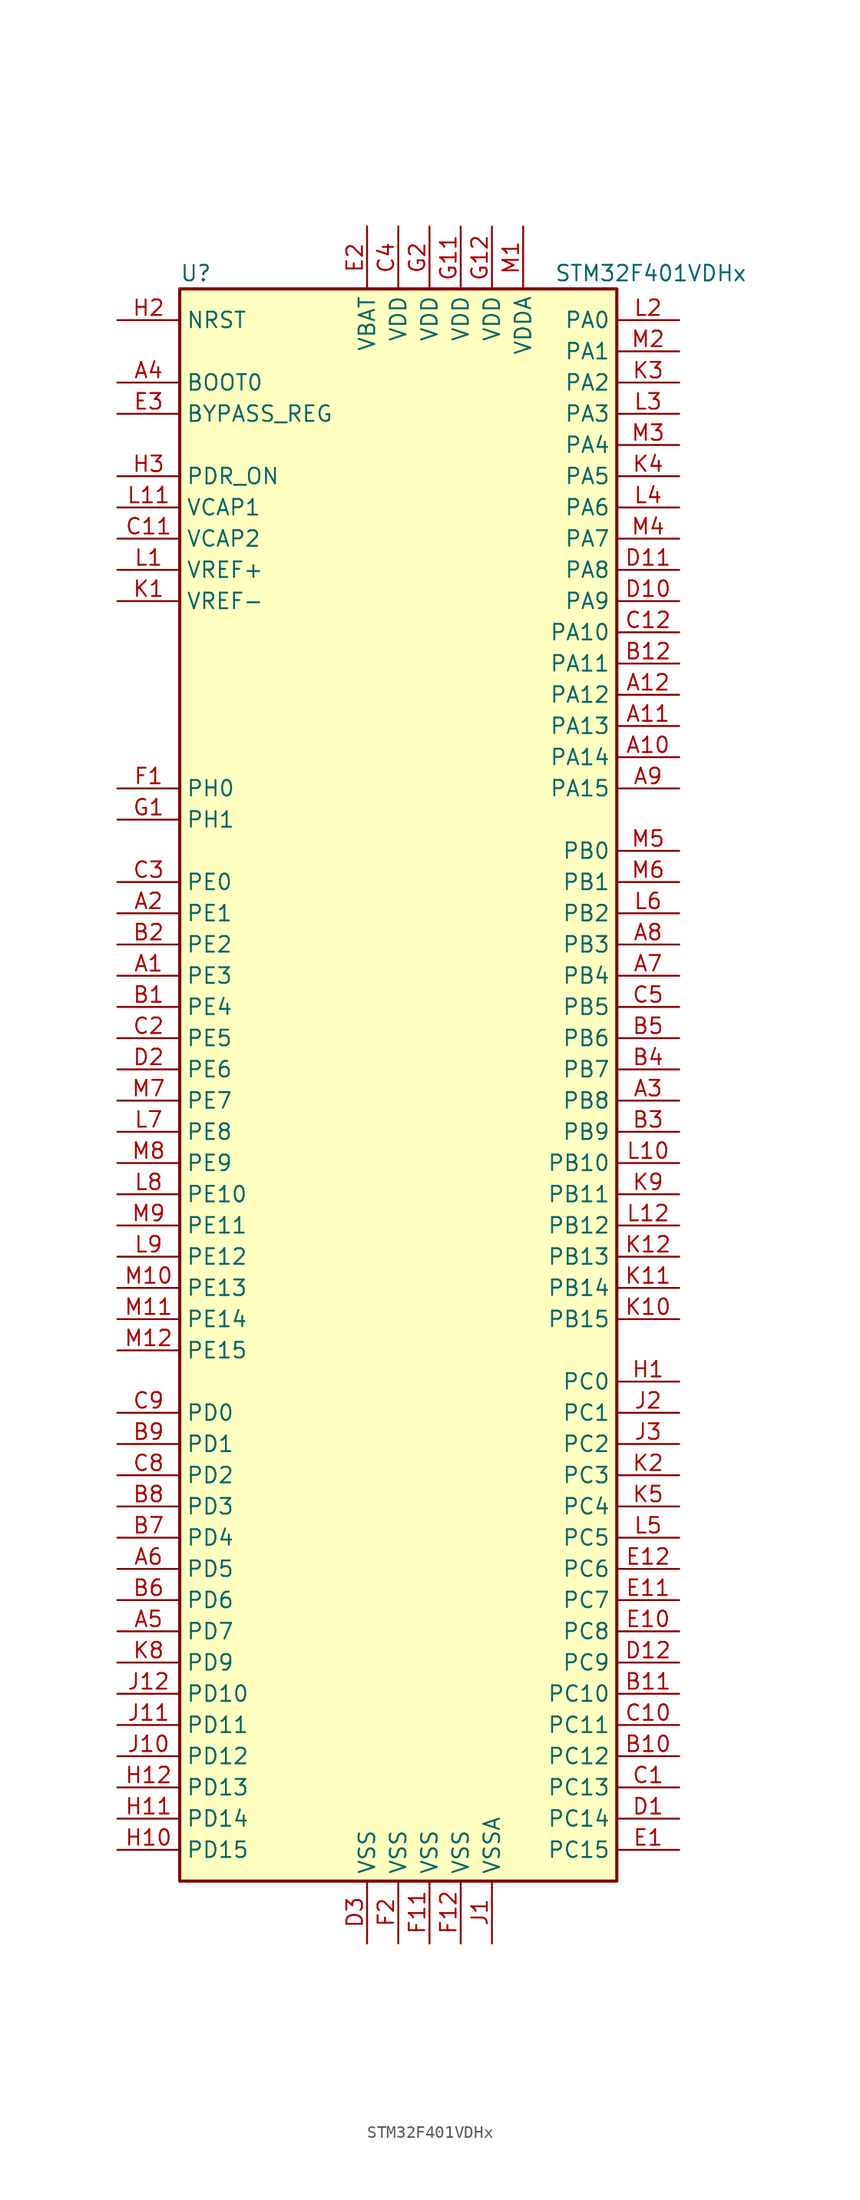
<source format=kicad_sym>
(kicad_symbol_lib
  (version 20201005)
  (generator kicad_symbol_editor)
  (symbol "STM32F401VDHx"
    (property "Reference" "U"
      (at -17.78 64.77 0)
      (effects (font (size 1.27 1.27)) (justify left)))
    (property "Value" "STM32F401VDHx"
      (at 12.7 64.77 0)
      (effects (font (size 1.27 1.27)) (justify left)))
    (symbol "STM32F401VDHx_0_1"
      (rectangle (start -17.78 -66.04) (end 17.78 63.5) (stroke (width 0.254)) (fill (type background))))
    (symbol "STM32F401VDHx_1_1"
      (pin input line (at -22.86 55.88 0) (length 5.08) (name "BOOT0" (effects (font (size 1.27 1.27)))) (number "A4" (effects (font (size 1.27 1.27)))))
      (pin input line (at -22.86 53.34 0) (length 5.08) (name "BYPASS_REG" (effects (font (size 1.27 1.27)))) (number "E3" (effects (font (size 1.27 1.27)))))
      (pin input line (at -22.86 60.96 0) (length 5.08) (name "NRST" (effects (font (size 1.27 1.27)))) (number "H2" (effects (font (size 1.27 1.27)))))
      (pin bidirectional line (at 22.86 60.96 180) (length 5.08) (name "PA0" (effects (font (size 1.27 1.27)))) (number "L2" (effects (font (size 1.27 1.27)))))
      (pin bidirectional line (at 22.86 58.42 180) (length 5.08) (name "PA1" (effects (font (size 1.27 1.27)))) (number "M2" (effects (font (size 1.27 1.27)))))
      (pin bidirectional line (at 22.86 35.56 180) (length 5.08) (name "PA10" (effects (font (size 1.27 1.27)))) (number "C12" (effects (font (size 1.27 1.27)))))
      (pin bidirectional line (at 22.86 33.02 180) (length 5.08) (name "PA11" (effects (font (size 1.27 1.27)))) (number "B12" (effects (font (size 1.27 1.27)))))
      (pin bidirectional line (at 22.86 30.48 180) (length 5.08) (name "PA12" (effects (font (size 1.27 1.27)))) (number "A12" (effects (font (size 1.27 1.27)))))
      (pin bidirectional line (at 22.86 27.94 180) (length 5.08) (name "PA13" (effects (font (size 1.27 1.27)))) (number "A11" (effects (font (size 1.27 1.27)))))
      (pin bidirectional line (at 22.86 25.4 180) (length 5.08) (name "PA14" (effects (font (size 1.27 1.27)))) (number "A10" (effects (font (size 1.27 1.27)))))
      (pin bidirectional line (at 22.86 22.86 180) (length 5.08) (name "PA15" (effects (font (size 1.27 1.27)))) (number "A9" (effects (font (size 1.27 1.27)))))
      (pin bidirectional line (at 22.86 55.88 180) (length 5.08) (name "PA2" (effects (font (size 1.27 1.27)))) (number "K3" (effects (font (size 1.27 1.27)))))
      (pin bidirectional line (at 22.86 53.34 180) (length 5.08) (name "PA3" (effects (font (size 1.27 1.27)))) (number "L3" (effects (font (size 1.27 1.27)))))
      (pin bidirectional line (at 22.86 50.8 180) (length 5.08) (name "PA4" (effects (font (size 1.27 1.27)))) (number "M3" (effects (font (size 1.27 1.27)))))
      (pin bidirectional line (at 22.86 48.26 180) (length 5.08) (name "PA5" (effects (font (size 1.27 1.27)))) (number "K4" (effects (font (size 1.27 1.27)))))
      (pin bidirectional line (at 22.86 45.72 180) (length 5.08) (name "PA6" (effects (font (size 1.27 1.27)))) (number "L4" (effects (font (size 1.27 1.27)))))
      (pin bidirectional line (at 22.86 43.18 180) (length 5.08) (name "PA7" (effects (font (size 1.27 1.27)))) (number "M4" (effects (font (size 1.27 1.27)))))
      (pin bidirectional line (at 22.86 40.64 180) (length 5.08) (name "PA8" (effects (font (size 1.27 1.27)))) (number "D11" (effects (font (size 1.27 1.27)))))
      (pin bidirectional line (at 22.86 38.1 180) (length 5.08) (name "PA9" (effects (font (size 1.27 1.27)))) (number "D10" (effects (font (size 1.27 1.27)))))
      (pin bidirectional line (at 22.86 17.78 180) (length 5.08) (name "PB0" (effects (font (size 1.27 1.27)))) (number "M5" (effects (font (size 1.27 1.27)))))
      (pin bidirectional line (at 22.86 15.24 180) (length 5.08) (name "PB1" (effects (font (size 1.27 1.27)))) (number "M6" (effects (font (size 1.27 1.27)))))
      (pin bidirectional line (at 22.86 -7.62 180) (length 5.08) (name "PB10" (effects (font (size 1.27 1.27)))) (number "L10" (effects (font (size 1.27 1.27)))))
      (pin bidirectional line (at 22.86 -10.16 180) (length 5.08) (name "PB11" (effects (font (size 1.27 1.27)))) (number "K9" (effects (font (size 1.27 1.27)))))
      (pin bidirectional line (at 22.86 -12.7 180) (length 5.08) (name "PB12" (effects (font (size 1.27 1.27)))) (number "L12" (effects (font (size 1.27 1.27)))))
      (pin bidirectional line (at 22.86 -15.24 180) (length 5.08) (name "PB13" (effects (font (size 1.27 1.27)))) (number "K12" (effects (font (size 1.27 1.27)))))
      (pin bidirectional line (at 22.86 -17.78 180) (length 5.08) (name "PB14" (effects (font (size 1.27 1.27)))) (number "K11" (effects (font (size 1.27 1.27)))))
      (pin bidirectional line (at 22.86 -20.32 180) (length 5.08) (name "PB15" (effects (font (size 1.27 1.27)))) (number "K10" (effects (font (size 1.27 1.27)))))
      (pin bidirectional line (at 22.86 12.7 180) (length 5.08) (name "PB2" (effects (font (size 1.27 1.27)))) (number "L6" (effects (font (size 1.27 1.27)))))
      (pin bidirectional line (at 22.86 10.16 180) (length 5.08) (name "PB3" (effects (font (size 1.27 1.27)))) (number "A8" (effects (font (size 1.27 1.27)))))
      (pin bidirectional line (at 22.86 7.62 180) (length 5.08) (name "PB4" (effects (font (size 1.27 1.27)))) (number "A7" (effects (font (size 1.27 1.27)))))
      (pin bidirectional line (at 22.86 5.08 180) (length 5.08) (name "PB5" (effects (font (size 1.27 1.27)))) (number "C5" (effects (font (size 1.27 1.27)))))
      (pin bidirectional line (at 22.86 2.54 180) (length 5.08) (name "PB6" (effects (font (size 1.27 1.27)))) (number "B5" (effects (font (size 1.27 1.27)))))
      (pin bidirectional line (at 22.86 0 180) (length 5.08) (name "PB7" (effects (font (size 1.27 1.27)))) (number "B4" (effects (font (size 1.27 1.27)))))
      (pin bidirectional line (at 22.86 -2.54 180) (length 5.08) (name "PB8" (effects (font (size 1.27 1.27)))) (number "A3" (effects (font (size 1.27 1.27)))))
      (pin bidirectional line (at 22.86 -5.08 180) (length 5.08) (name "PB9" (effects (font (size 1.27 1.27)))) (number "B3" (effects (font (size 1.27 1.27)))))
      (pin bidirectional line (at 22.86 -25.4 180) (length 5.08) (name "PC0" (effects (font (size 1.27 1.27)))) (number "H1" (effects (font (size 1.27 1.27)))))
      (pin bidirectional line (at 22.86 -27.94 180) (length 5.08) (name "PC1" (effects (font (size 1.27 1.27)))) (number "J2" (effects (font (size 1.27 1.27)))))
      (pin bidirectional line (at 22.86 -50.8 180) (length 5.08) (name "PC10" (effects (font (size 1.27 1.27)))) (number "B11" (effects (font (size 1.27 1.27)))))
      (pin bidirectional line (at 22.86 -53.34 180) (length 5.08) (name "PC11" (effects (font (size 1.27 1.27)))) (number "C10" (effects (font (size 1.27 1.27)))))
      (pin bidirectional line (at 22.86 -55.88 180) (length 5.08) (name "PC12" (effects (font (size 1.27 1.27)))) (number "B10" (effects (font (size 1.27 1.27)))))
      (pin bidirectional line (at 22.86 -58.42 180) (length 5.08) (name "PC13" (effects (font (size 1.27 1.27)))) (number "C1" (effects (font (size 1.27 1.27)))))
      (pin bidirectional line (at 22.86 -60.96 180) (length 5.08) (name "PC14" (effects (font (size 1.27 1.27)))) (number "D1" (effects (font (size 1.27 1.27)))))
      (pin bidirectional line (at 22.86 -63.5 180) (length 5.08) (name "PC15" (effects (font (size 1.27 1.27)))) (number "E1" (effects (font (size 1.27 1.27)))))
      (pin bidirectional line (at 22.86 -30.48 180) (length 5.08) (name "PC2" (effects (font (size 1.27 1.27)))) (number "J3" (effects (font (size 1.27 1.27)))))
      (pin bidirectional line (at 22.86 -33.02 180) (length 5.08) (name "PC3" (effects (font (size 1.27 1.27)))) (number "K2" (effects (font (size 1.27 1.27)))))
      (pin bidirectional line (at 22.86 -35.56 180) (length 5.08) (name "PC4" (effects (font (size 1.27 1.27)))) (number "K5" (effects (font (size 1.27 1.27)))))
      (pin bidirectional line (at 22.86 -38.1 180) (length 5.08) (name "PC5" (effects (font (size 1.27 1.27)))) (number "L5" (effects (font (size 1.27 1.27)))))
      (pin bidirectional line (at 22.86 -40.64 180) (length 5.08) (name "PC6" (effects (font (size 1.27 1.27)))) (number "E12" (effects (font (size 1.27 1.27)))))
      (pin bidirectional line (at 22.86 -43.18 180) (length 5.08) (name "PC7" (effects (font (size 1.27 1.27)))) (number "E11" (effects (font (size 1.27 1.27)))))
      (pin bidirectional line (at 22.86 -45.72 180) (length 5.08) (name "PC8" (effects (font (size 1.27 1.27)))) (number "E10" (effects (font (size 1.27 1.27)))))
      (pin bidirectional line (at 22.86 -48.26 180) (length 5.08) (name "PC9" (effects (font (size 1.27 1.27)))) (number "D12" (effects (font (size 1.27 1.27)))))
      (pin bidirectional line (at -22.86 -27.94 0) (length 5.08) (name "PD0" (effects (font (size 1.27 1.27)))) (number "C9" (effects (font (size 1.27 1.27)))))
      (pin bidirectional line (at -22.86 -30.48 0) (length 5.08) (name "PD1" (effects (font (size 1.27 1.27)))) (number "B9" (effects (font (size 1.27 1.27)))))
      (pin bidirectional line (at -22.86 -50.8 0) (length 5.08) (name "PD10" (effects (font (size 1.27 1.27)))) (number "J12" (effects (font (size 1.27 1.27)))))
      (pin bidirectional line (at -22.86 -53.34 0) (length 5.08) (name "PD11" (effects (font (size 1.27 1.27)))) (number "J11" (effects (font (size 1.27 1.27)))))
      (pin bidirectional line (at -22.86 -55.88 0) (length 5.08) (name "PD12" (effects (font (size 1.27 1.27)))) (number "J10" (effects (font (size 1.27 1.27)))))
      (pin bidirectional line (at -22.86 -58.42 0) (length 5.08) (name "PD13" (effects (font (size 1.27 1.27)))) (number "H12" (effects (font (size 1.27 1.27)))))
      (pin bidirectional line (at -22.86 -60.96 0) (length 5.08) (name "PD14" (effects (font (size 1.27 1.27)))) (number "H11" (effects (font (size 1.27 1.27)))))
      (pin bidirectional line (at -22.86 -63.5 0) (length 5.08) (name "PD15" (effects (font (size 1.27 1.27)))) (number "H10" (effects (font (size 1.27 1.27)))))
      (pin bidirectional line (at -22.86 -33.02 0) (length 5.08) (name "PD2" (effects (font (size 1.27 1.27)))) (number "C8" (effects (font (size 1.27 1.27)))))
      (pin bidirectional line (at -22.86 -35.56 0) (length 5.08) (name "PD3" (effects (font (size 1.27 1.27)))) (number "B8" (effects (font (size 1.27 1.27)))))
      (pin bidirectional line (at -22.86 -38.1 0) (length 5.08) (name "PD4" (effects (font (size 1.27 1.27)))) (number "B7" (effects (font (size 1.27 1.27)))))
      (pin bidirectional line (at -22.86 -40.64 0) (length 5.08) (name "PD5" (effects (font (size 1.27 1.27)))) (number "A6" (effects (font (size 1.27 1.27)))))
      (pin bidirectional line (at -22.86 -43.18 0) (length 5.08) (name "PD6" (effects (font (size 1.27 1.27)))) (number "B6" (effects (font (size 1.27 1.27)))))
      (pin bidirectional line (at -22.86 -45.72 0) (length 5.08) (name "PD7" (effects (font (size 1.27 1.27)))) (number "A5" (effects (font (size 1.27 1.27)))))
      (pin bidirectional line (at -22.86 -48.26 0) (length 5.08) (name "PD9" (effects (font (size 1.27 1.27)))) (number "K8" (effects (font (size 1.27 1.27)))))
      (pin power_in line (at -22.86 48.26 0) (length 5.08) (name "PDR_ON" (effects (font (size 1.27 1.27)))) (number "H3" (effects (font (size 1.27 1.27)))))
      (pin bidirectional line (at -22.86 15.24 0) (length 5.08) (name "PE0" (effects (font (size 1.27 1.27)))) (number "C3" (effects (font (size 1.27 1.27)))))
      (pin bidirectional line (at -22.86 12.7 0) (length 5.08) (name "PE1" (effects (font (size 1.27 1.27)))) (number "A2" (effects (font (size 1.27 1.27)))))
      (pin bidirectional line (at -22.86 -10.16 0) (length 5.08) (name "PE10" (effects (font (size 1.27 1.27)))) (number "L8" (effects (font (size 1.27 1.27)))))
      (pin bidirectional line (at -22.86 -12.7 0) (length 5.08) (name "PE11" (effects (font (size 1.27 1.27)))) (number "M9" (effects (font (size 1.27 1.27)))))
      (pin bidirectional line (at -22.86 -15.24 0) (length 5.08) (name "PE12" (effects (font (size 1.27 1.27)))) (number "L9" (effects (font (size 1.27 1.27)))))
      (pin bidirectional line (at -22.86 -17.78 0) (length 5.08) (name "PE13" (effects (font (size 1.27 1.27)))) (number "M10" (effects (font (size 1.27 1.27)))))
      (pin bidirectional line (at -22.86 -20.32 0) (length 5.08) (name "PE14" (effects (font (size 1.27 1.27)))) (number "M11" (effects (font (size 1.27 1.27)))))
      (pin bidirectional line (at -22.86 -22.86 0) (length 5.08) (name "PE15" (effects (font (size 1.27 1.27)))) (number "M12" (effects (font (size 1.27 1.27)))))
      (pin bidirectional line (at -22.86 10.16 0) (length 5.08) (name "PE2" (effects (font (size 1.27 1.27)))) (number "B2" (effects (font (size 1.27 1.27)))))
      (pin bidirectional line (at -22.86 7.62 0) (length 5.08) (name "PE3" (effects (font (size 1.27 1.27)))) (number "A1" (effects (font (size 1.27 1.27)))))
      (pin bidirectional line (at -22.86 5.08 0) (length 5.08) (name "PE4" (effects (font (size 1.27 1.27)))) (number "B1" (effects (font (size 1.27 1.27)))))
      (pin bidirectional line (at -22.86 2.54 0) (length 5.08) (name "PE5" (effects (font (size 1.27 1.27)))) (number "C2" (effects (font (size 1.27 1.27)))))
      (pin bidirectional line (at -22.86 0 0) (length 5.08) (name "PE6" (effects (font (size 1.27 1.27)))) (number "D2" (effects (font (size 1.27 1.27)))))
      (pin bidirectional line (at -22.86 -2.54 0) (length 5.08) (name "PE7" (effects (font (size 1.27 1.27)))) (number "M7" (effects (font (size 1.27 1.27)))))
      (pin bidirectional line (at -22.86 -5.08 0) (length 5.08) (name "PE8" (effects (font (size 1.27 1.27)))) (number "L7" (effects (font (size 1.27 1.27)))))
      (pin bidirectional line (at -22.86 -7.62 0) (length 5.08) (name "PE9" (effects (font (size 1.27 1.27)))) (number "M8" (effects (font (size 1.27 1.27)))))
      (pin input line (at -22.86 22.86 0) (length 5.08) (name "PH0" (effects (font (size 1.27 1.27)))) (number "F1" (effects (font (size 1.27 1.27)))))
      (pin input line (at -22.86 20.32 0) (length 5.08) (name "PH1" (effects (font (size 1.27 1.27)))) (number "G1" (effects (font (size 1.27 1.27)))))
      (pin power_in line (at -2.54 68.58 270) (length 5.08) (name "VBAT" (effects (font (size 1.27 1.27)))) (number "E2" (effects (font (size 1.27 1.27)))))
      (pin power_in line (at -22.86 45.72 0) (length 5.08) (name "VCAP1" (effects (font (size 1.27 1.27)))) (number "L11" (effects (font (size 1.27 1.27)))))
      (pin power_in line (at -22.86 43.18 0) (length 5.08) (name "VCAP2" (effects (font (size 1.27 1.27)))) (number "C11" (effects (font (size 1.27 1.27)))))
      (pin power_in line (at 0 68.58 270) (length 5.08) (name "VDD" (effects (font (size 1.27 1.27)))) (number "C4" (effects (font (size 1.27 1.27)))))
      (pin power_in line (at 5.08 68.58 270) (length 5.08) (name "VDD" (effects (font (size 1.27 1.27)))) (number "G11" (effects (font (size 1.27 1.27)))))
      (pin power_in line (at 7.62 68.58 270) (length 5.08) (name "VDD" (effects (font (size 1.27 1.27)))) (number "G12" (effects (font (size 1.27 1.27)))))
      (pin power_in line (at 2.54 68.58 270) (length 5.08) (name "VDD" (effects (font (size 1.27 1.27)))) (number "G2" (effects (font (size 1.27 1.27)))))
      (pin power_in line (at 10.16 68.58 270) (length 5.08) (name "VDDA" (effects (font (size 1.27 1.27)))) (number "M1" (effects (font (size 1.27 1.27)))))
      (pin power_in line (at -22.86 40.64 0) (length 5.08) (name "VREF+" (effects (font (size 1.27 1.27)))) (number "L1" (effects (font (size 1.27 1.27)))))
      (pin power_in line (at -22.86 38.1 0) (length 5.08) (name "VREF-" (effects (font (size 1.27 1.27)))) (number "K1" (effects (font (size 1.27 1.27)))))
      (pin power_in line (at -2.54 -71.12 90) (length 5.08) (name "VSS" (effects (font (size 1.27 1.27)))) (number "D3" (effects (font (size 1.27 1.27)))))
      (pin power_in line (at 2.54 -71.12 90) (length 5.08) (name "VSS" (effects (font (size 1.27 1.27)))) (number "F11" (effects (font (size 1.27 1.27)))))
      (pin power_in line (at 5.08 -71.12 90) (length 5.08) (name "VSS" (effects (font (size 1.27 1.27)))) (number "F12" (effects (font (size 1.27 1.27)))))
      (pin power_in line (at 0 -71.12 90) (length 5.08) (name "VSS" (effects (font (size 1.27 1.27)))) (number "F2" (effects (font (size 1.27 1.27)))))
      (pin power_in line (at 7.62 -71.12 90) (length 5.08) (name "VSSA" (effects (font (size 1.27 1.27)))) (number "J1" (effects (font (size 1.27 1.27))))))))
</source>
